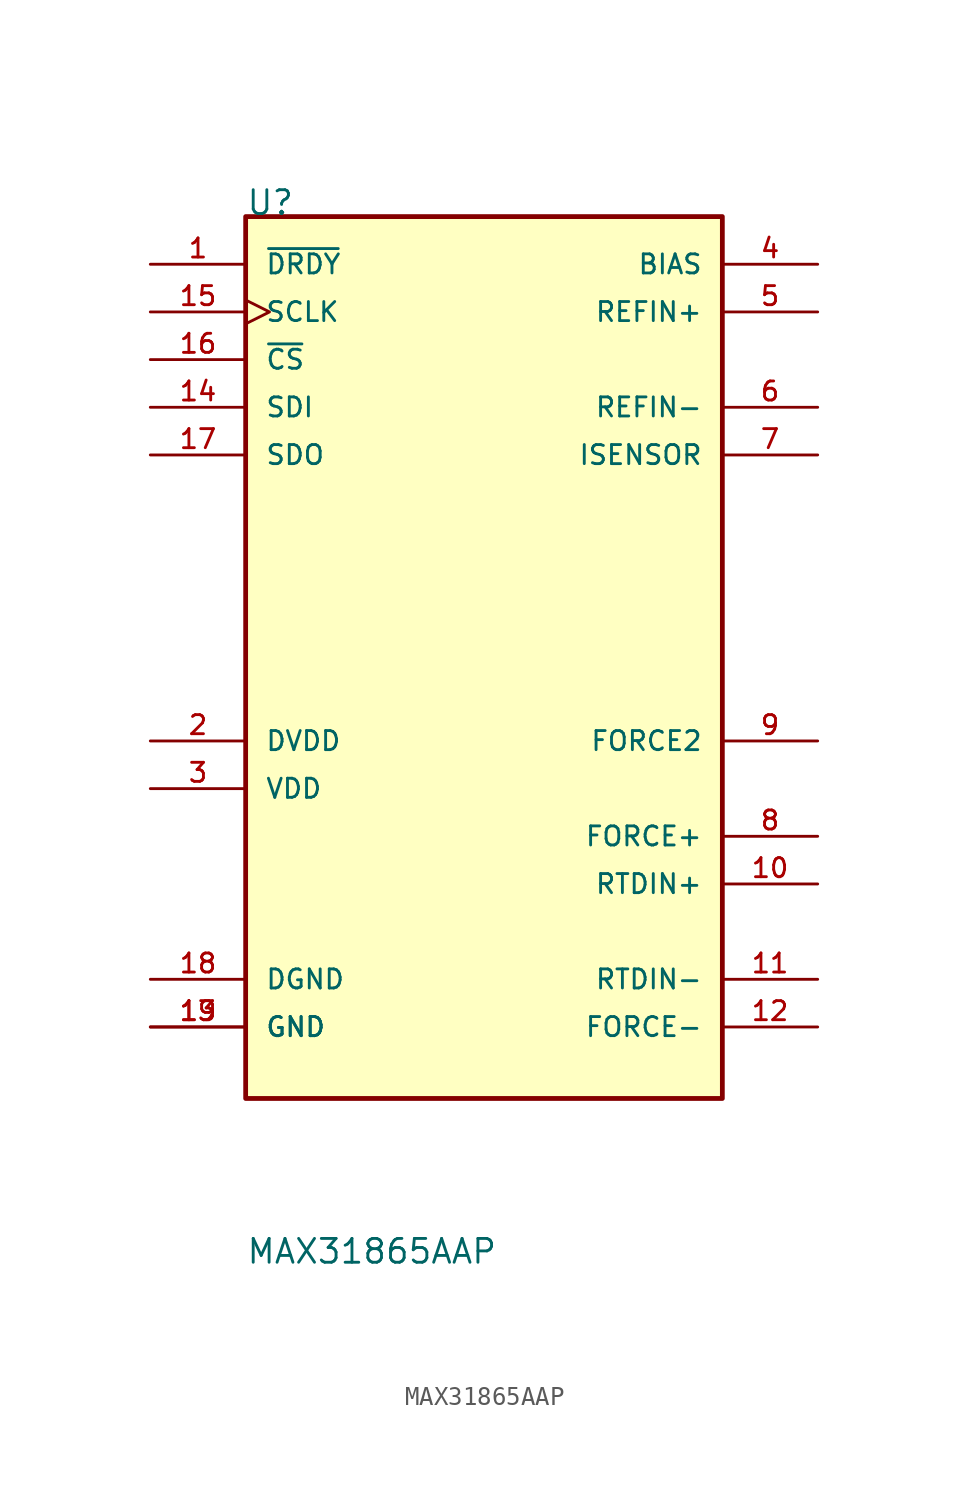
<source format=kicad_sym>
(kicad_symbol_lib
  (version 20220914)
  (generator kicad_symbol_editor)
  (symbol "MAX31865AAP"
    (pin_names
      (offset 1.016))
    (property "Reference" "U"
      (at -12.7 25.4 0)
      (effects (font (size 1.27 1.27)) (justify left bottom)))
    (property "Value" "MAX31865AAP"
      (at -12.7 -30.48 0)
      (effects (font (size 1.27 1.27)) (justify left bottom)))
    (property "Notes" ""
      (at 0 7.62 0)
      (effects (font (size 1.27 1.27))))
    (symbol "MAX31865AAP_0_0"
      (rectangle (start -12.7 25.4) (end 12.7 -21.59) (stroke (width 0.254) (type default)) (fill (type background)))
      (pin output line (at -17.78 22.86 0) (length 5.08) (name "~{DRDY}" (effects (font (size 1.016 1.016)))) (number "1" (effects (font (size 1.016 1.016)))))
      (pin input line (at 17.78 -10.16 180) (length 5.08) (name "RTDIN+" (effects (font (size 1.016 1.016)))) (number "10" (effects (font (size 1.016 1.016)))))
      (pin input line (at 17.78 -15.24 180) (length 5.08) (name "RTDIN-" (effects (font (size 1.016 1.016)))) (number "11" (effects (font (size 1.016 1.016)))))
      (pin input line (at 17.78 -17.78 180) (length 5.08) (name "FORCE-" (effects (font (size 1.016 1.016)))) (number "12" (effects (font (size 1.016 1.016)))))
      (pin power_in line (at -17.78 -17.78 0) (length 5.08) (name "GND" (effects (font (size 1.016 1.016)))) (number "13" (effects (font (size 1.016 1.016)))))
      (pin input line (at -17.78 15.24 0) (length 5.08) (name "SDI" (effects (font (size 1.016 1.016)))) (number "14" (effects (font (size 1.016 1.016)))))
      (pin input clock (at -17.78 20.32 0) (length 5.08) (name "SCLK" (effects (font (size 1.016 1.016)))) (number "15" (effects (font (size 1.016 1.016)))))
      (pin input line (at -17.78 17.78 0) (length 5.08) (name "~{CS}" (effects (font (size 1.016 1.016)))) (number "16" (effects (font (size 1.016 1.016)))))
      (pin output line (at -17.78 12.7 0) (length 5.08) (name "SDO" (effects (font (size 1.016 1.016)))) (number "17" (effects (font (size 1.016 1.016)))))
      (pin power_in line (at -17.78 -15.24 0) (length 5.08) (name "DGND" (effects (font (size 1.016 1.016)))) (number "18" (effects (font (size 1.016 1.016)))))
      (pin power_in line (at -17.78 -17.78 0) (length 5.08) (name "GND" (effects (font (size 1.016 1.016)))) (number "19" (effects (font (size 1.016 1.016)))))
      (pin power_in line (at -17.78 -2.54 0) (length 5.08) (name "DVDD" (effects (font (size 1.016 1.016)))) (number "2" (effects (font (size 1.016 1.016)))))
      (pin power_in line (at -17.78 -5.08 0) (length 5.08) (name "VDD" (effects (font (size 1.016 1.016)))) (number "3" (effects (font (size 1.016 1.016)))))
      (pin output line (at 17.78 22.86 180) (length 5.08) (name "BIAS" (effects (font (size 1.016 1.016)))) (number "4" (effects (font (size 1.016 1.016)))))
      (pin input line (at 17.78 20.32 180) (length 5.08) (name "REFIN+" (effects (font (size 1.016 1.016)))) (number "5" (effects (font (size 1.016 1.016)))))
      (pin input line (at 17.78 15.24 180) (length 5.08) (name "REFIN-" (effects (font (size 1.016 1.016)))) (number "6" (effects (font (size 1.016 1.016)))))
      (pin input line (at 17.78 12.7 180) (length 5.08) (name "ISENSOR" (effects (font (size 1.016 1.016)))) (number "7" (effects (font (size 1.016 1.016)))))
      (pin output line (at 17.78 -7.62 180) (length 5.08) (name "FORCE+" (effects (font (size 1.016 1.016)))) (number "8" (effects (font (size 1.016 1.016)))))
      (pin input line (at 17.78 -2.54 180) (length 5.08) (name "FORCE2" (effects (font (size 1.016 1.016)))) (number "9" (effects (font (size 1.016 1.016))))))))
</source>
